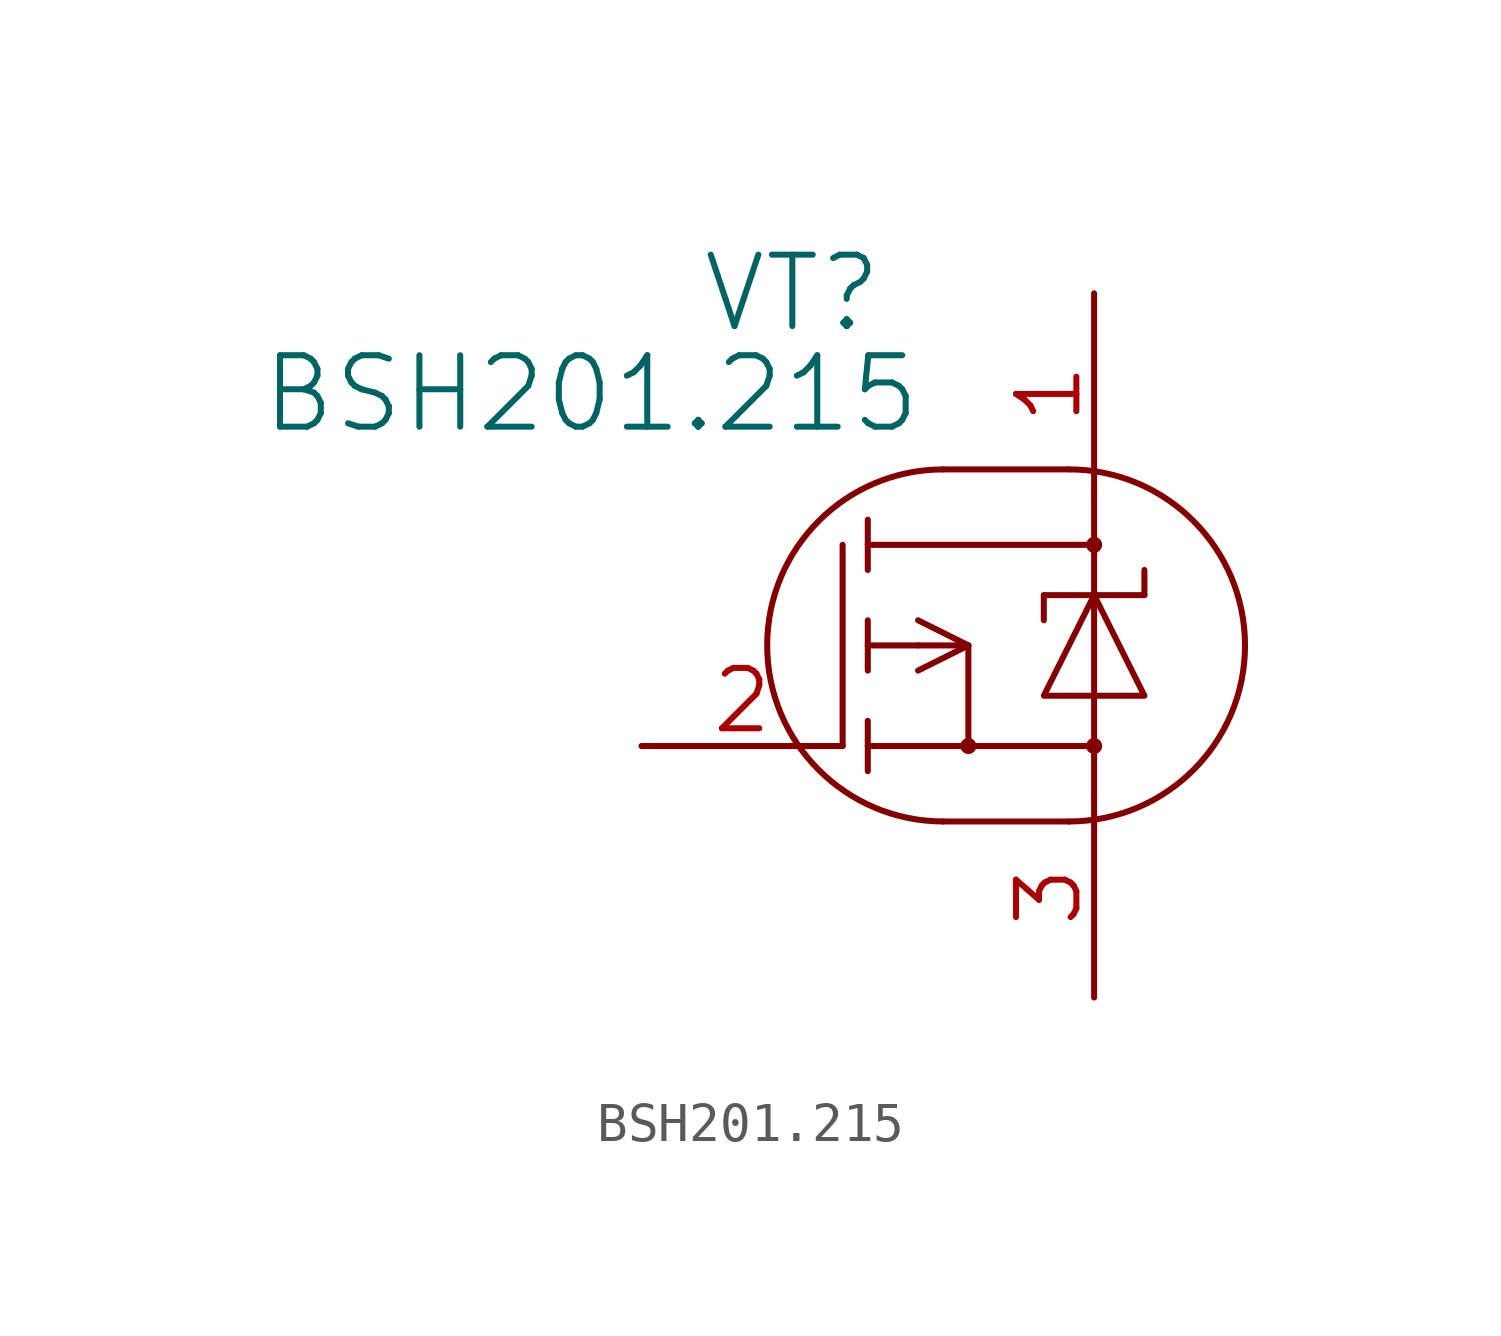
<source format=kicad_sym>
(kicad_symbol_lib
  (version 20211014)
  (generator kicad_symbol_editor)
  (symbol "BSH201.215"
    (property "Reference" "VT"
      (at 3.81 11.43 0)
      (effects (font (size 1.803 1.803))))
    (property "Value" "BSH201.215"
      (at -1.27 8.89 0)
      (effects (font (size 1.803 1.803))))
    (property "Footprint" ""
      (at 0 0 0)
      (effects (font (size 1.524 1.524))))
    (property "Datasheet" ""
      (at 0 0 0)
      (effects (font (size 1.524 1.524))))
    (symbol "BSH201.215_0_0"
      (pin input line (at 11.43 11.43 270) (length 5.08) (name "~" (effects (font (size 1.524 1.524)))) (number "1" (effects (font (size 1.524 1.524)))))
      (pin input line (at 0 0 0) (length 5.08) (name "~" (effects (font (size 1.524 1.524)))) (number "2" (effects (font (size 1.524 1.524)))))
      (pin output line (at 11.43 -6.35 90) (length 5.08) (name "~" (effects (font (size 1.524 1.524)))) (number "3" (effects (font (size 1.524 1.524))))))
    (symbol "BSH201.215_0_1"
      (polyline (pts (xy 5.08 5.08) (xy 5.08 0)) (stroke (width 0) (type default) (color 0 0 0 0)) (fill (type none)))
      (polyline (pts (xy 5.715 0) (xy 11.43 0)) (stroke (width 0) (type default) (color 0 0 0 0)) (fill (type none)))
      (polyline (pts (xy 5.715 0.635) (xy 5.715 -0.635)) (stroke (width 0) (type default) (color 0 0 0 0)) (fill (type none)))
      (polyline (pts (xy 5.715 2.54) (xy 6.985 2.54)) (stroke (width 0) (type default) (color 0 0 0 0)) (fill (type none)))
      (polyline (pts (xy 5.715 3.175) (xy 5.715 1.905)) (stroke (width 0) (type default) (color 0 0 0 0)) (fill (type none)))
      (polyline (pts (xy 5.715 5.715) (xy 5.715 4.445)) (stroke (width 0) (type default) (color 0 0 0 0)) (fill (type none)))
      (polyline (pts (xy 6.985 1.905) (xy 8.255 2.54)) (stroke (width 0) (type default) (color 0 0 0 0)) (fill (type none)))
      (polyline (pts (xy 6.985 3.175) (xy 8.255 2.54)) (stroke (width 0) (type default) (color 0 0 0 0)) (fill (type none)))
      (polyline (pts (xy 7.62 -1.905) (xy 10.795 -1.905)) (stroke (width 0) (type default) (color 0 0 0 0)) (fill (type none)))
      (polyline (pts (xy 7.62 6.985) (xy 10.795 6.985)) (stroke (width 0) (type default) (color 0 0 0 0)) (fill (type none)))
      (polyline (pts (xy 10.16 3.81) (xy 10.16 3.175)) (stroke (width 0) (type default) (color 0 0 0 0)) (fill (type none)))
      (polyline (pts (xy 10.16 3.81) (xy 12.7 3.81)) (stroke (width 0) (type default) (color 0 0 0 0)) (fill (type none)))
      (polyline (pts (xy 11.43 -1.27) (xy 11.43 0)) (stroke (width 0) (type default) (color 0 0 0 0)) (fill (type none)))
      (polyline (pts (xy 11.43 5.08) (xy 11.43 6.35)) (stroke (width 0) (type default) (color 0 0 0 0)) (fill (type none)))
      (polyline (pts (xy 12.7 3.81) (xy 12.7 4.445)) (stroke (width 0) (type default) (color 0 0 0 0)) (fill (type none)))
      (polyline (pts (xy 5.715 5.08) (xy 11.43 5.08) (xy 11.43 5.08)) (stroke (width 0) (type default) (color 0 0 0 0)) (fill (type none)))
      (polyline (pts (xy 6.985 2.54) (xy 8.255 2.54) (xy 8.255 0)) (stroke (width 0) (type default) (color 0 0 0 0)) (fill (type none)))
      (polyline (pts (xy 11.43 5.08) (xy 11.43 0) (xy 11.43 0)) (stroke (width 0) (type default) (color 0 0 0 0)) (fill (type none)))
      (polyline (pts (xy 11.43 3.81) (xy 10.16 1.27) (xy 12.7 1.27) (xy 11.43 3.81)) (stroke (width 0) (type default) (color 0 0 0 0)) (fill (type none)))
      (arc (start 7.62 6.985) (mid 3.175 2.54) (end 7.62 -1.905) (stroke (width 0) (type default) (color 0 0 0 0)) (fill (type none)))
      (circle (center 8.255 0) (radius 0.127) (stroke (width 0) (type default) (color 0 0 0 0)) (fill (type background)))
      (arc (start 10.795 -1.905) (mid 15.24 2.54) (end 10.795 6.985) (stroke (width 0) (type default) (color 0 0 0 0)) (fill (type none)))
      (circle (center 11.43 0) (radius 0.127) (stroke (width 0) (type default) (color 0 0 0 0)) (fill (type background)))
      (circle (center 11.43 5.08) (radius 0.127) (stroke (width 0) (type default) (color 0 0 0 0)) (fill (type background))))))
</source>
